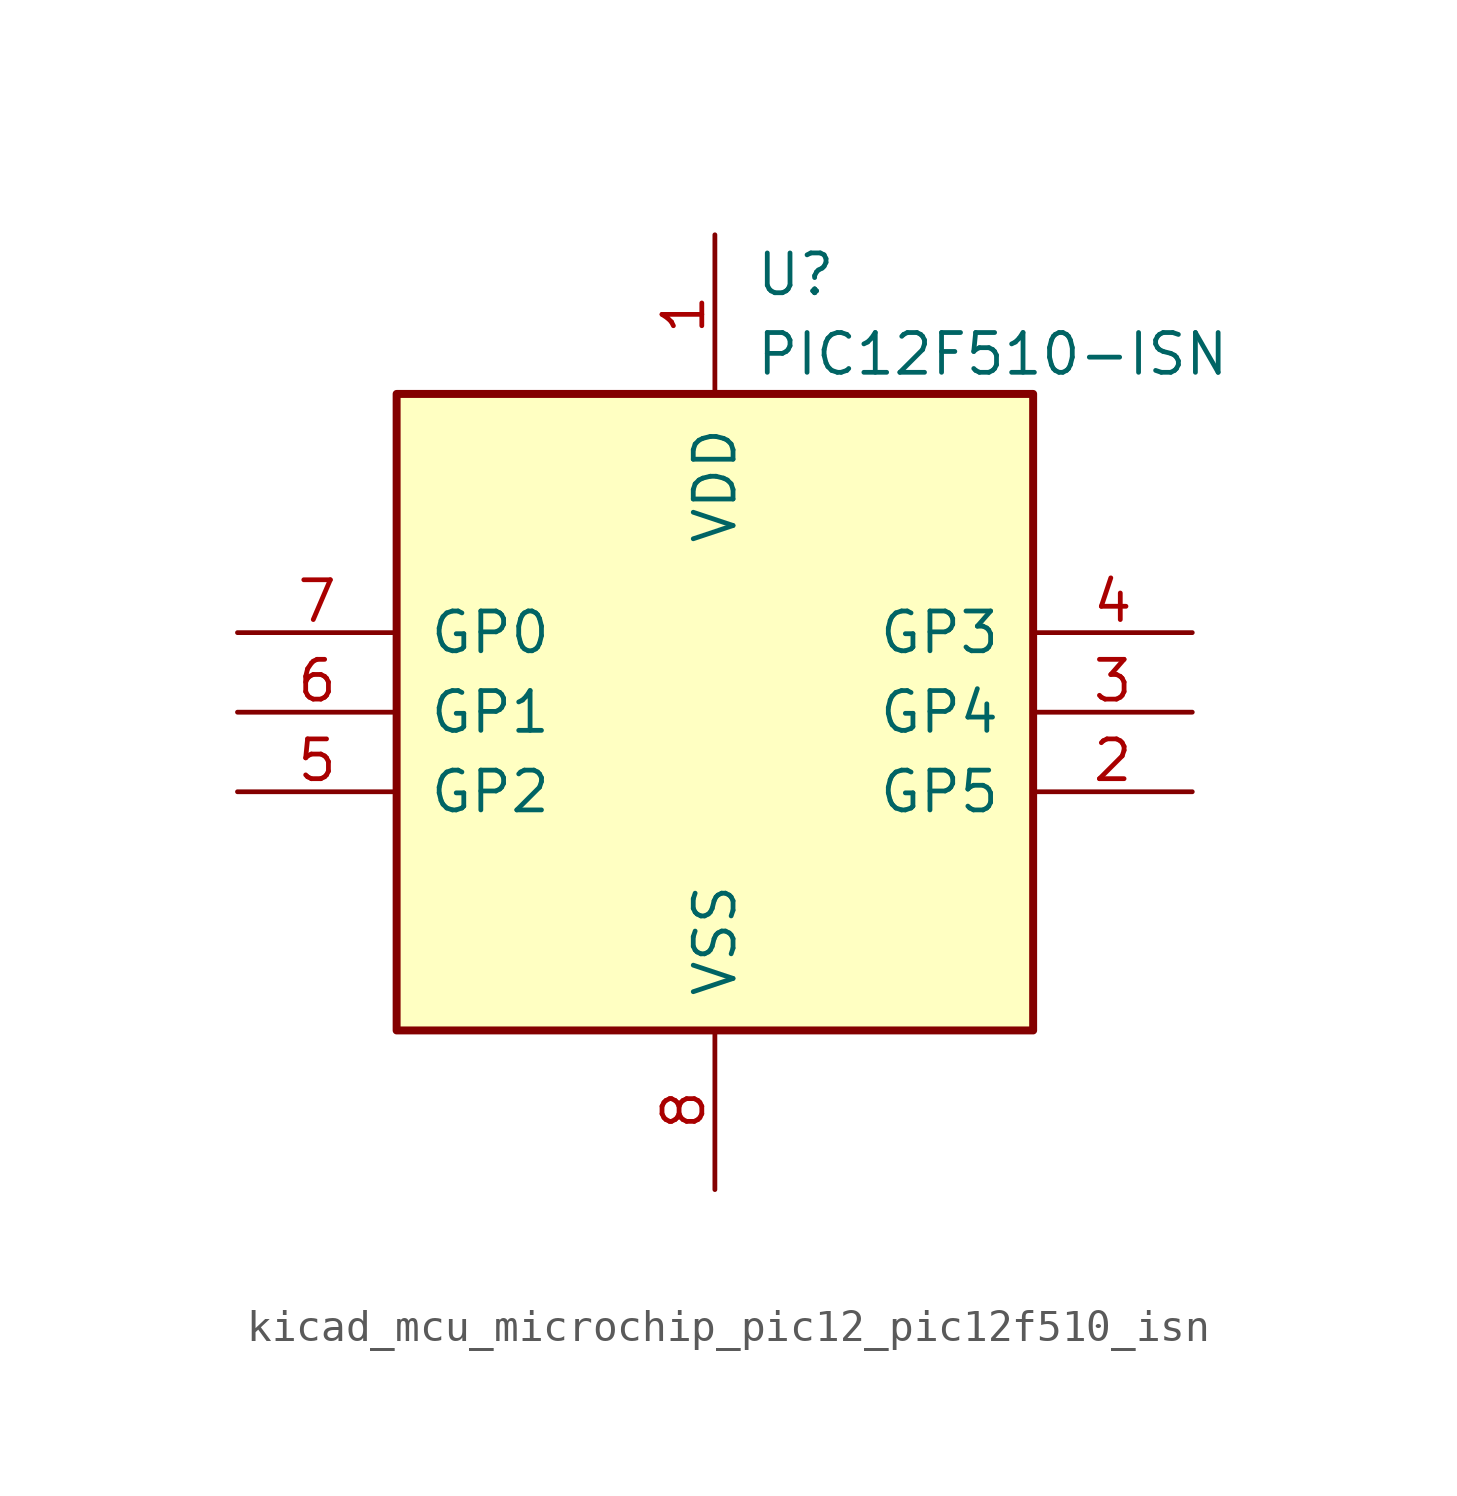
<source format=kicad_sym>
(kicad_symbol_lib
  (version 20220914)
  (generator kicad_symbol_editor)
  (symbol "kicad_mcu_microchip_pic12_pic12f510_isn"
    (pin_names
      (offset 1.016))
    (property "Reference" "U"
      (at 1.27 13.97 0)
      (effects (font (size 1.27 1.27)) (justify left)))
    (property "Value" "PIC12F510-ISN"
      (at 1.27 11.43 0)
      (effects (font (size 1.27 1.27)) (justify left)))
    (symbol "kicad_mcu_microchip_pic12_pic12f510_isn_0_1"
      (rectangle (start 10.16 -10.16) (end -10.16 10.16) (stroke (width 0.254) (type default)) (fill (type background))))
    (symbol "kicad_mcu_microchip_pic12_pic12f510_isn_1_1"
      (pin power_in line (at 0 15.24 270) (length 5.08) (name "VDD" (effects (font (size 1.27 1.27)))) (number "1" (effects (font (size 1.27 1.27)))))
      (pin bidirectional line (at 15.24 -2.54 180) (length 5.08) (name "GP5" (effects (font (size 1.27 1.27)))) (number "2" (effects (font (size 1.27 1.27)))))
      (pin bidirectional line (at 15.24 0 180) (length 5.08) (name "GP4" (effects (font (size 1.27 1.27)))) (number "3" (effects (font (size 1.27 1.27)))))
      (pin input line (at 15.24 2.54 180) (length 5.08) (name "GP3" (effects (font (size 1.27 1.27)))) (number "4" (effects (font (size 1.27 1.27)))))
      (pin bidirectional line (at -15.24 -2.54 0) (length 5.08) (name "GP2" (effects (font (size 1.27 1.27)))) (number "5" (effects (font (size 1.27 1.27)))))
      (pin bidirectional line (at -15.24 0 0) (length 5.08) (name "GP1" (effects (font (size 1.27 1.27)))) (number "6" (effects (font (size 1.27 1.27)))))
      (pin bidirectional line (at -15.24 2.54 0) (length 5.08) (name "GP0" (effects (font (size 1.27 1.27)))) (number "7" (effects (font (size 1.27 1.27)))))
      (pin power_in line (at 0 -15.24 90) (length 5.08) (name "VSS" (effects (font (size 1.27 1.27)))) (number "8" (effects (font (size 1.27 1.27))))))))
</source>
